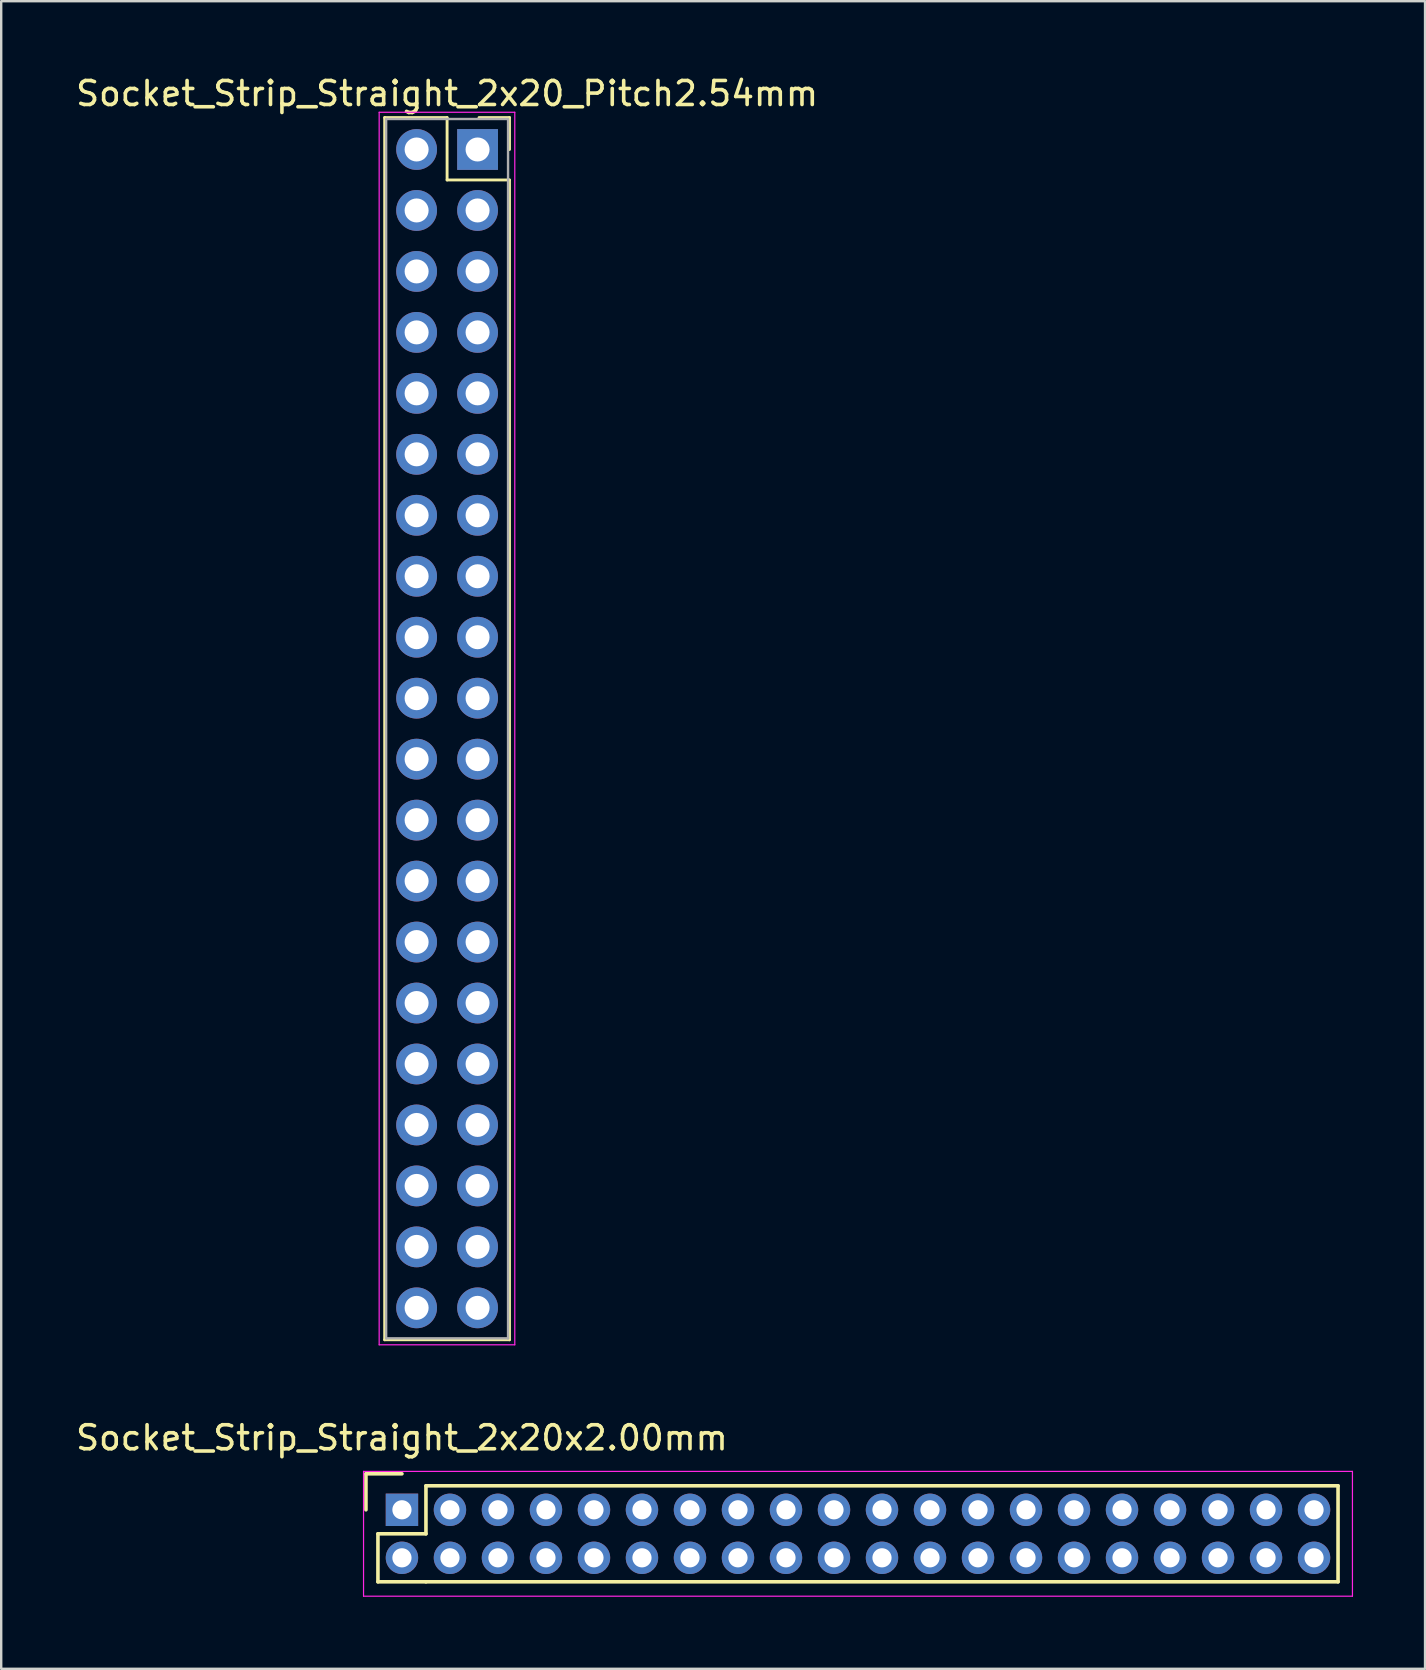
<source format=kicad_pcb>
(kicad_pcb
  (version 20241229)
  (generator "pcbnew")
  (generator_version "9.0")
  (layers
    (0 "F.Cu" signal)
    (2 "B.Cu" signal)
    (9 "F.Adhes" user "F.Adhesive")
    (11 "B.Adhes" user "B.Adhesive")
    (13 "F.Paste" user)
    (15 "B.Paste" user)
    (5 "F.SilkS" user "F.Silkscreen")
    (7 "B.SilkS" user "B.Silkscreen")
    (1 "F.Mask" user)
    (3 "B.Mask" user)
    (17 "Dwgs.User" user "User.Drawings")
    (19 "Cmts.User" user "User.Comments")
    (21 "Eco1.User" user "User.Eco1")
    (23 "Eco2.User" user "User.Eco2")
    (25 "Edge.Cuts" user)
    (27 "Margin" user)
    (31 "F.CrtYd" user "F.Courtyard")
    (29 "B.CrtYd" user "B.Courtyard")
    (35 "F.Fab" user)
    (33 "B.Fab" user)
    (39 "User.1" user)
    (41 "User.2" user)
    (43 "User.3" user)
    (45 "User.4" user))
  (footprint "Socket_Strip_Straight_2x20_Pitch2.54mm"
    (layer "F.Cu")
    (at 16.847 3.178)
    (property "Reference" "Socket_Strip_Straight_2x20_Pitch2.54mm" (at -1.27 -2.33 0) (layer "F.SilkS") (effects (font (size 1 1) (thickness 0.15))))
    (attr through_hole)
    (fp_line (start -3.87 -1.33) (end -1.27 -1.33) (stroke (width 0.12) (type solid)) (layer "F.SilkS"))
    (fp_line (start -3.87 49.59) (end -3.87 -1.33) (stroke (width 0.12) (type solid)) (layer "F.SilkS"))
    (fp_line (start -1.27 -1.33) (end -1.27 1.27) (stroke (width 0.12) (type solid)) (layer "F.SilkS"))
    (fp_line (start -1.27 1.27) (end 1.33 1.27) (stroke (width 0.12) (type solid)) (layer "F.SilkS"))
    (fp_line (start 1.33 -1.33) (end 0.06 -1.33) (stroke (width 0.12) (type solid)) (layer "F.SilkS"))
    (fp_line (start 1.33 0) (end 1.33 -1.33) (stroke (width 0.12) (type solid)) (layer "F.SilkS"))
    (fp_line (start 1.33 1.27) (end 1.33 49.59) (stroke (width 0.12) (type solid)) (layer "F.SilkS"))
    (fp_line (start 1.33 49.59) (end -3.87 49.59) (stroke (width 0.12) (type solid)) (layer "F.SilkS"))
    (fp_line (start -4.1 -1.55) (end -4.1 49.8) (stroke (width 0.05) (type solid)) (layer "F.CrtYd"))
    (fp_line (start -4.1 49.8) (end 1.55 49.8) (stroke (width 0.05) (type solid)) (layer "F.CrtYd"))
    (fp_line (start 1.55 -1.55) (end -4.1 -1.55) (stroke (width 0.05) (type solid)) (layer "F.CrtYd"))
    (fp_line (start 1.55 49.8) (end 1.55 -1.55) (stroke (width 0.05) (type solid)) (layer "F.CrtYd"))
    (fp_line (start -3.81 -1.27) (end -3.81 49.53) (stroke (width 0.1) (type solid)) (layer "F.Fab"))
    (fp_line (start -3.81 49.53) (end 1.27 49.53) (stroke (width 0.1) (type solid)) (layer "F.Fab"))
    (fp_line (start 1.27 -1.27) (end -3.81 -1.27) (stroke (width 0.1) (type solid)) (layer "F.Fab"))
    (fp_line (start 1.27 49.53) (end 1.27 -1.27) (stroke (width 0.1) (type solid)) (layer "F.Fab"))
    (pad "1" thru_hole rect (at 0 0) (size 1.7 1.7) (drill 1) (layers "*.Cu" "*.Mask"))
    (pad "2" thru_hole oval (at -2.54 0) (size 1.7 1.7) (drill 1) (layers "*.Cu" "*.Mask"))
    (pad "3" thru_hole oval (at 0 2.54) (size 1.7 1.7) (drill 1) (layers "*.Cu" "*.Mask"))
    (pad "4" thru_hole oval (at -2.54 2.54) (size 1.7 1.7) (drill 1) (layers "*.Cu" "*.Mask"))
    (pad "5" thru_hole oval (at 0 5.08) (size 1.7 1.7) (drill 1) (layers "*.Cu" "*.Mask"))
    (pad "6" thru_hole oval (at -2.54 5.08) (size 1.7 1.7) (drill 1) (layers "*.Cu" "*.Mask"))
    (pad "7" thru_hole oval (at 0 7.62) (size 1.7 1.7) (drill 1) (layers "*.Cu" "*.Mask"))
    (pad "8" thru_hole oval (at -2.54 7.62) (size 1.7 1.7) (drill 1) (layers "*.Cu" "*.Mask"))
    (pad "9" thru_hole oval (at 0 10.16) (size 1.7 1.7) (drill 1) (layers "*.Cu" "*.Mask"))
    (pad "10" thru_hole oval (at -2.54 10.16) (size 1.7 1.7) (drill 1) (layers "*.Cu" "*.Mask"))
    (pad "11" thru_hole oval (at 0 12.7) (size 1.7 1.7) (drill 1) (layers "*.Cu" "*.Mask"))
    (pad "12" thru_hole oval (at -2.54 12.7) (size 1.7 1.7) (drill 1) (layers "*.Cu" "*.Mask"))
    (pad "13" thru_hole oval (at 0 15.24) (size 1.7 1.7) (drill 1) (layers "*.Cu" "*.Mask"))
    (pad "14" thru_hole oval (at -2.54 15.24) (size 1.7 1.7) (drill 1) (layers "*.Cu" "*.Mask"))
    (pad "15" thru_hole oval (at 0 17.78) (size 1.7 1.7) (drill 1) (layers "*.Cu" "*.Mask"))
    (pad "16" thru_hole oval (at -2.54 17.78) (size 1.7 1.7) (drill 1) (layers "*.Cu" "*.Mask"))
    (pad "17" thru_hole oval (at 0 20.32) (size 1.7 1.7) (drill 1) (layers "*.Cu" "*.Mask"))
    (pad "18" thru_hole oval (at -2.54 20.32) (size 1.7 1.7) (drill 1) (layers "*.Cu" "*.Mask"))
    (pad "19" thru_hole oval (at 0 22.86) (size 1.7 1.7) (drill 1) (layers "*.Cu" "*.Mask"))
    (pad "20" thru_hole oval (at -2.54 22.86) (size 1.7 1.7) (drill 1) (layers "*.Cu" "*.Mask"))
    (pad "21" thru_hole oval (at 0 25.4) (size 1.7 1.7) (drill 1) (layers "*.Cu" "*.Mask"))
    (pad "22" thru_hole oval (at -2.54 25.4) (size 1.7 1.7) (drill 1) (layers "*.Cu" "*.Mask"))
    (pad "23" thru_hole oval (at 0 27.94) (size 1.7 1.7) (drill 1) (layers "*.Cu" "*.Mask"))
    (pad "24" thru_hole oval (at -2.54 27.94) (size 1.7 1.7) (drill 1) (layers "*.Cu" "*.Mask"))
    (pad "25" thru_hole oval (at 0 30.48) (size 1.7 1.7) (drill 1) (layers "*.Cu" "*.Mask"))
    (pad "26" thru_hole oval (at -2.54 30.48) (size 1.7 1.7) (drill 1) (layers "*.Cu" "*.Mask"))
    (pad "27" thru_hole oval (at 0 33.02) (size 1.7 1.7) (drill 1) (layers "*.Cu" "*.Mask"))
    (pad "28" thru_hole oval (at -2.54 33.02) (size 1.7 1.7) (drill 1) (layers "*.Cu" "*.Mask"))
    (pad "29" thru_hole oval (at 0 35.56) (size 1.7 1.7) (drill 1) (layers "*.Cu" "*.Mask"))
    (pad "30" thru_hole oval (at -2.54 35.56) (size 1.7 1.7) (drill 1) (layers "*.Cu" "*.Mask"))
    (pad "31" thru_hole oval (at 0 38.1) (size 1.7 1.7) (drill 1) (layers "*.Cu" "*.Mask"))
    (pad "32" thru_hole oval (at -2.54 38.1) (size 1.7 1.7) (drill 1) (layers "*.Cu" "*.Mask"))
    (pad "33" thru_hole oval (at 0 40.64) (size 1.7 1.7) (drill 1) (layers "*.Cu" "*.Mask"))
    (pad "34" thru_hole oval (at -2.54 40.64) (size 1.7 1.7) (drill 1) (layers "*.Cu" "*.Mask"))
    (pad "35" thru_hole oval (at 0 43.18) (size 1.7 1.7) (drill 1) (layers "*.Cu" "*.Mask"))
    (pad "36" thru_hole oval (at -2.54 43.18) (size 1.7 1.7) (drill 1) (layers "*.Cu" "*.Mask"))
    (pad "37" thru_hole oval (at 0 45.72) (size 1.7 1.7) (drill 1) (layers "*.Cu" "*.Mask"))
    (pad "38" thru_hole oval (at -2.54 45.72) (size 1.7 1.7) (drill 1) (layers "*.Cu" "*.Mask"))
    (pad "39" thru_hole oval (at 0 48.26) (size 1.7 1.7) (drill 1) (layers "*.Cu" "*.Mask"))
    (pad "40" thru_hole oval (at -2.54 48.26) (size 1.7 1.7) (drill 1) (layers "*.Cu" "*.Mask")))
  (footprint "Socket_Strip_Straight_2x20x2.00mm"
    (layer "F.Cu")
    (at 13.696 59.852)
    (property "Reference" "Socket_Strip_Straight_2x20x2.00mm" (at 0 -3 0) (layer "F.SilkS") (effects (font (size 1 1) (thickness 0.15))))
    (attr through_hole)
    (fp_line (start -1.5 -1.5) (end -1.5 0) (stroke (width 0.15) (type solid)) (layer "F.SilkS"))
    (fp_line (start -1 1) (end -1 3) (stroke (width 0.15) (type solid)) (layer "F.SilkS"))
    (fp_line (start -1 3) (end 1 3) (stroke (width 0.15) (type solid)) (layer "F.SilkS"))
    (fp_line (start 0 -1.5) (end -1.5 -1.5) (stroke (width 0.15) (type solid)) (layer "F.SilkS"))
    (fp_line (start 1 -1) (end 1 1) (stroke (width 0.15) (type solid)) (layer "F.SilkS"))
    (fp_line (start 1 1) (end -1 1) (stroke (width 0.15) (type solid)) (layer "F.SilkS"))
    (fp_line (start 1 3) (end 39 3) (stroke (width 0.15) (type solid)) (layer "F.SilkS"))
    (fp_line (start 39 -1) (end 1 -1) (stroke (width 0.15) (type solid)) (layer "F.SilkS"))
    (fp_line (start 39 3) (end 39 -1) (stroke (width 0.15) (type solid)) (layer "F.SilkS"))
    (fp_line (start -1.6 -1.6) (end -1.6 3.6) (stroke (width 0.05) (type solid)) (layer "F.CrtYd"))
    (fp_line (start -1.6 3.6) (end 39.6 3.6) (stroke (width 0.05) (type solid)) (layer "F.CrtYd"))
    (fp_line (start 39.6 -1.6) (end -1.6 -1.6) (stroke (width 0.05) (type solid)) (layer "F.CrtYd"))
    (fp_line (start 39.6 3.6) (end 39.6 -1.6) (stroke (width 0.05) (type solid)) (layer "F.CrtYd"))
    (pad "1" thru_hole rect (at 0 0) (size 1.35 1.35) (drill 0.8) (layers "*.Cu" "*.Mask"))
    (pad "2" thru_hole circle (at 0 2) (size 1.35 1.35) (drill 0.8) (layers "*.Cu" "*.Mask"))
    (pad "3" thru_hole circle (at 2 0) (size 1.35 1.35) (drill 0.8) (layers "*.Cu" "*.Mask"))
    (pad "4" thru_hole circle (at 2 2) (size 1.35 1.35) (drill 0.8) (layers "*.Cu" "*.Mask"))
    (pad "5" thru_hole circle (at 4 0) (size 1.35 1.35) (drill 0.8) (layers "*.Cu" "*.Mask"))
    (pad "6" thru_hole circle (at 4 2) (size 1.35 1.35) (drill 0.8) (layers "*.Cu" "*.Mask"))
    (pad "7" thru_hole circle (at 6 0) (size 1.35 1.35) (drill 0.8) (layers "*.Cu" "*.Mask"))
    (pad "8" thru_hole circle (at 6 2) (size 1.35 1.35) (drill 0.8) (layers "*.Cu" "*.Mask"))
    (pad "9" thru_hole circle (at 8 0) (size 1.35 1.35) (drill 0.8) (layers "*.Cu" "*.Mask"))
    (pad "10" thru_hole circle (at 8 2) (size 1.35 1.35) (drill 0.8) (layers "*.Cu" "*.Mask"))
    (pad "11" thru_hole circle (at 10 0) (size 1.35 1.35) (drill 0.8) (layers "*.Cu" "*.Mask"))
    (pad "12" thru_hole circle (at 10 2) (size 1.35 1.35) (drill 0.8) (layers "*.Cu" "*.Mask"))
    (pad "13" thru_hole circle (at 12 0) (size 1.35 1.35) (drill 0.8) (layers "*.Cu" "*.Mask"))
    (pad "14" thru_hole circle (at 12 2) (size 1.35 1.35) (drill 0.8) (layers "*.Cu" "*.Mask"))
    (pad "15" thru_hole circle (at 14 0) (size 1.35 1.35) (drill 0.8) (layers "*.Cu" "*.Mask"))
    (pad "16" thru_hole circle (at 14 2) (size 1.35 1.35) (drill 0.8) (layers "*.Cu" "*.Mask"))
    (pad "17" thru_hole circle (at 16 0) (size 1.35 1.35) (drill 0.8) (layers "*.Cu" "*.Mask"))
    (pad "18" thru_hole circle (at 16 2) (size 1.35 1.35) (drill 0.8) (layers "*.Cu" "*.Mask"))
    (pad "19" thru_hole circle (at 18 0) (size 1.35 1.35) (drill 0.8) (layers "*.Cu" "*.Mask"))
    (pad "20" thru_hole circle (at 18 2) (size 1.35 1.35) (drill 0.8) (layers "*.Cu" "*.Mask"))
    (pad "21" thru_hole circle (at 20 0) (size 1.35 1.35) (drill 0.8) (layers "*.Cu" "*.Mask"))
    (pad "22" thru_hole circle (at 20 2) (size 1.35 1.35) (drill 0.8) (layers "*.Cu" "*.Mask"))
    (pad "23" thru_hole circle (at 22 0) (size 1.35 1.35) (drill 0.8) (layers "*.Cu" "*.Mask"))
    (pad "24" thru_hole circle (at 22 2) (size 1.35 1.35) (drill 0.8) (layers "*.Cu" "*.Mask"))
    (pad "25" thru_hole circle (at 24 0) (size 1.35 1.35) (drill 0.8) (layers "*.Cu" "*.Mask"))
    (pad "26" thru_hole circle (at 24 2) (size 1.35 1.35) (drill 0.8) (layers "*.Cu" "*.Mask"))
    (pad "27" thru_hole circle (at 26 0) (size 1.35 1.35) (drill 0.8) (layers "*.Cu" "*.Mask"))
    (pad "28" thru_hole circle (at 26 2) (size 1.35 1.35) (drill 0.8) (layers "*.Cu" "*.Mask"))
    (pad "29" thru_hole circle (at 28 0) (size 1.35 1.35) (drill 0.8) (layers "*.Cu" "*.Mask"))
    (pad "30" thru_hole circle (at 28 2) (size 1.35 1.35) (drill 0.8) (layers "*.Cu" "*.Mask"))
    (pad "31" thru_hole circle (at 30 0) (size 1.35 1.35) (drill 0.8) (layers "*.Cu" "*.Mask"))
    (pad "32" thru_hole circle (at 30 2) (size 1.35 1.35) (drill 0.8) (layers "*.Cu" "*.Mask"))
    (pad "33" thru_hole circle (at 32 0) (size 1.35 1.35) (drill 0.8) (layers "*.Cu" "*.Mask"))
    (pad "34" thru_hole circle (at 32 2) (size 1.35 1.35) (drill 0.8) (layers "*.Cu" "*.Mask"))
    (pad "35" thru_hole circle (at 34 0) (size 1.35 1.35) (drill 0.8) (layers "*.Cu" "*.Mask"))
    (pad "36" thru_hole circle (at 34 2) (size 1.35 1.35) (drill 0.8) (layers "*.Cu" "*.Mask"))
    (pad "37" thru_hole circle (at 36 0) (size 1.35 1.35) (drill 0.8) (layers "*.Cu" "*.Mask"))
    (pad "38" thru_hole circle (at 36 2) (size 1.35 1.35) (drill 0.8) (layers "*.Cu" "*.Mask"))
    (pad "39" thru_hole circle (at 38 0) (size 1.35 1.35) (drill 0.8) (layers "*.Cu" "*.Mask"))
    (pad "40" thru_hole circle (at 38 2) (size 1.35 1.35) (drill 0.8) (layers "*.Cu" "*.Mask")))
  (gr_rect
    (start -3 -3)
    (end 56.321 66.477)
    (stroke (width 0.1) (type default))
    (fill no)
    (layer "Edge.Cuts")))
</source>
